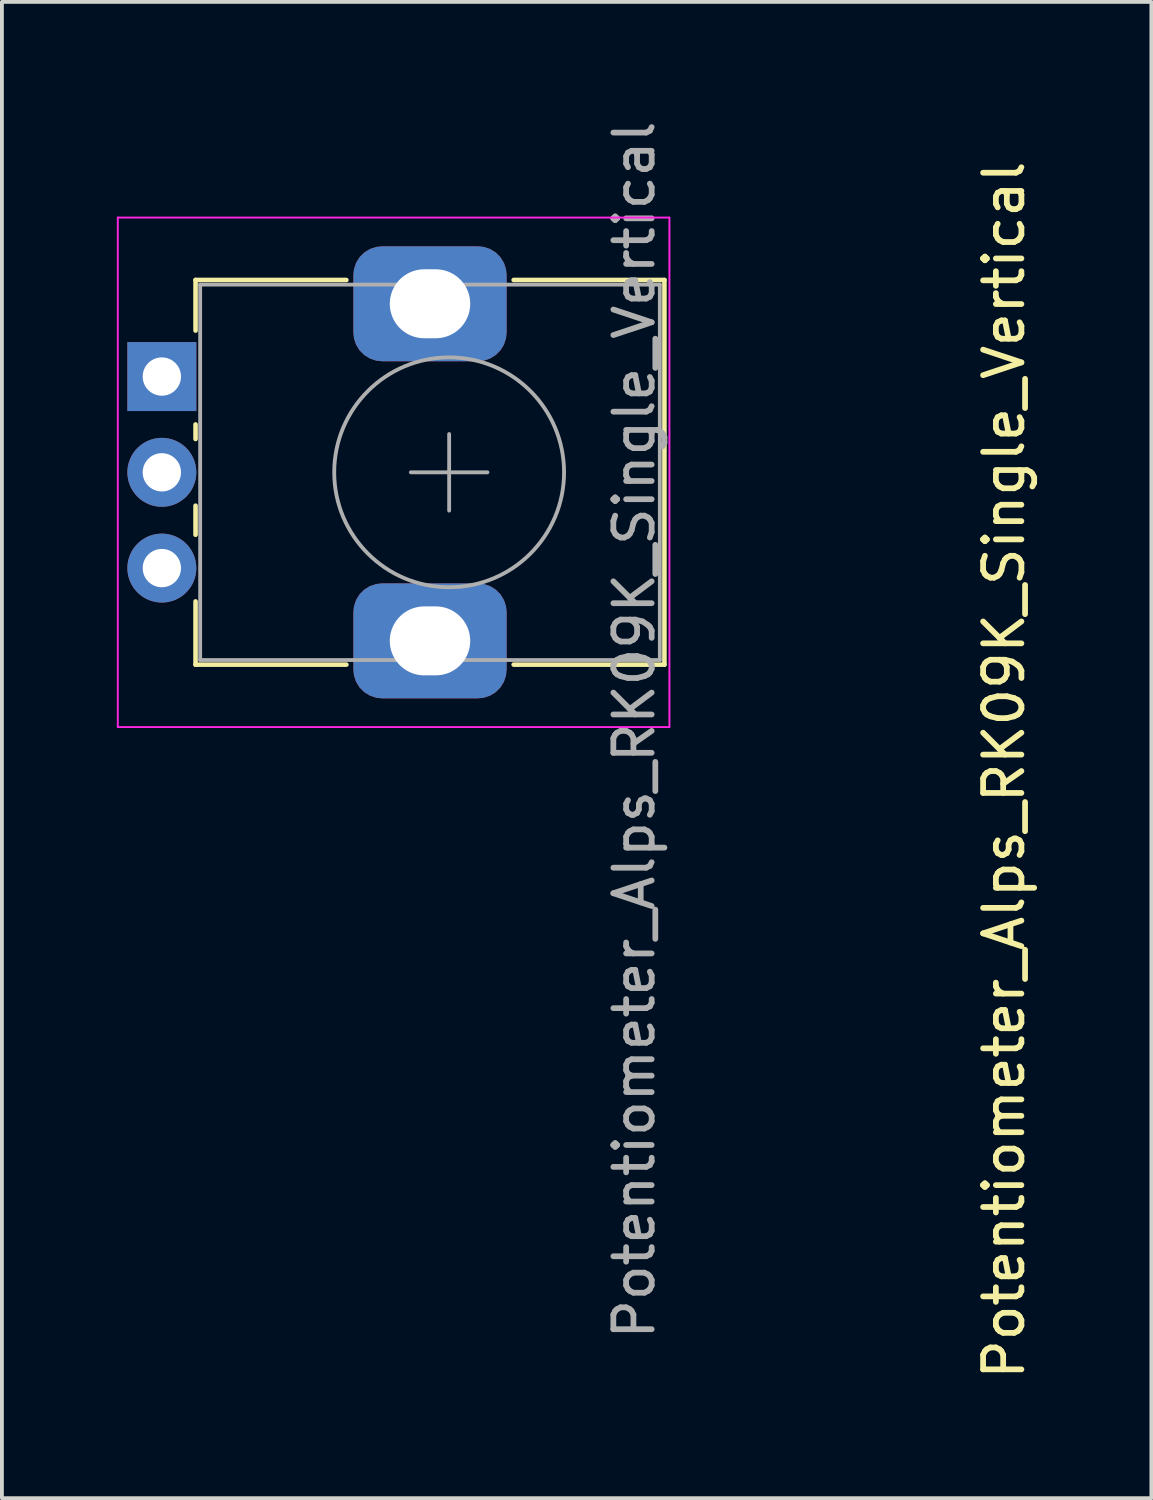
<source format=kicad_pcb>
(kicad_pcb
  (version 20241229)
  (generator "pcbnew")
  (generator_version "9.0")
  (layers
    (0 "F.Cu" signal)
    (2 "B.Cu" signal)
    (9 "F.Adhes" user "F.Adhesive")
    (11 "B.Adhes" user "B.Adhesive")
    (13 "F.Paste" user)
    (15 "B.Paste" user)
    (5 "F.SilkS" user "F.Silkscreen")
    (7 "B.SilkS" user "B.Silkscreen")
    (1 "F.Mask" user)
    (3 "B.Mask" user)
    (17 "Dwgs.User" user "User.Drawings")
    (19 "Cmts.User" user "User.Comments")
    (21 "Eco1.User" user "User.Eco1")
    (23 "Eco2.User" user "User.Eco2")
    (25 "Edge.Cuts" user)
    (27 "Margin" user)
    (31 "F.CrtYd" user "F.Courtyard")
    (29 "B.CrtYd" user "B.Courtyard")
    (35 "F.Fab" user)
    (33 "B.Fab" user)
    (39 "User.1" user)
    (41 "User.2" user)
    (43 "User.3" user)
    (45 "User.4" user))
  (footprint "Potentiometer_Alps_RK09K_Single_Vertical"
    (layer "F.Cu")
    (at 1.175 6.78)
    (property "Reference" "Potentiometer_Alps_RK09K_Single_Vertical" (at 21.984 10.274 270) (layer "F.SilkS") (effects (font (size 1 1) (thickness 0.15))))
    (attr through_hole)
    (fp_line (start 0.88 -2.521) (end 0.88 -1.2) (stroke (width 0.12) (type solid)) (layer "F.SilkS"))
    (fp_line (start 0.88 -2.521) (end 4.817 -2.521) (stroke (width 0.12) (type solid)) (layer "F.SilkS"))
    (fp_line (start 0.88 1.25) (end 0.88 1.63) (stroke (width 0.12) (type solid)) (layer "F.SilkS"))
    (fp_line (start 0.88 3.371) (end 0.88 4.13) (stroke (width 0.12) (type solid)) (layer "F.SilkS"))
    (fp_line (start 0.88 5.87) (end 0.88 7.52) (stroke (width 0.12) (type solid)) (layer "F.SilkS"))
    (fp_line (start 0.88 7.52) (end 4.817 7.52) (stroke (width 0.12) (type solid)) (layer "F.SilkS"))
    (fp_line (start 9.184 -2.521) (end 13.12 -2.521) (stroke (width 0.12) (type solid)) (layer "F.SilkS"))
    (fp_line (start 9.184 7.52) (end 13.12 7.52) (stroke (width 0.12) (type solid)) (layer "F.SilkS"))
    (fp_line (start 13.12 -2.521) (end 13.12 7.52) (stroke (width 0.12) (type solid)) (layer "F.SilkS"))
    (fp_line (start -1.15 -4.15) (end -1.15 9.15) (stroke (width 0.05) (type solid)) (layer "F.CrtYd"))
    (fp_line (start -1.15 9.15) (end 13.25 9.15) (stroke (width 0.05) (type solid)) (layer "F.CrtYd"))
    (fp_line (start 13.25 -4.15) (end -1.15 -4.15) (stroke (width 0.05) (type solid)) (layer "F.CrtYd"))
    (fp_line (start 13.25 9.15) (end 13.25 -4.15) (stroke (width 0.05) (type solid)) (layer "F.CrtYd"))
    (fp_line (start 1 -2.4) (end 1 7.4) (stroke (width 0.1) (type solid)) (layer "F.Fab"))
    (fp_line (start 1 7.4) (end 13 7.4) (stroke (width 0.1) (type solid)) (layer "F.Fab"))
    (fp_line (start 7.5 2.5) (end 6.5 2.5) (stroke (width 0.1) (type default)) (layer "F.Fab"))
    (fp_line (start 7.5 2.5) (end 7.5 1.5) (stroke (width 0.1) (type default)) (layer "F.Fab"))
    (fp_line (start 7.5 2.5) (end 7.5 3.5) (stroke (width 0.1) (type default)) (layer "F.Fab"))
    (fp_line (start 7.5 2.5) (end 8.5 2.5) (stroke (width 0.1) (type default)) (layer "F.Fab"))
    (fp_line (start 13 -2.4) (end 1 -2.4) (stroke (width 0.1) (type solid)) (layer "F.Fab"))
    (fp_line (start 13 7.4) (end 13 -2.4) (stroke (width 0.1) (type solid)) (layer "F.Fab"))
    (fp_circle (center 7.5 2.5) (end 10.5 2.5) (stroke (width 0.1) (type solid)) (fill no) (layer "F.Fab"))
    (fp_text user "${REFERENCE}" (at 12.332 9.226 90) (layer "F.Fab") (effects (font (size 1 1) (thickness 0.15))))
    (pad "1" thru_hole rect (at 0 0) (size 1.8 1.8) (drill 1) (layers "*.Cu" "*.Mask"))
    (pad "2" thru_hole circle (at 0 2.5) (size 1.8 1.8) (drill 1) (layers "*.Cu" "*.Mask"))
    (pad "3" thru_hole circle (at 0 5) (size 1.8 1.8) (drill 1) (layers "*.Cu" "*.Mask"))
    (pad "MP" thru_hole roundrect (at 7 -1.9) (size 4 3) (drill oval 2.1 1.8) (layers "*.Cu" "*.Mask") (roundrect_rratio 0.25))
    (pad "MP" thru_hole roundrect (at 7 6.9) (size 4 3) (drill oval 2.1 1.8) (layers "*.Cu" "*.Mask") (roundrect_rratio 0.25)))
  (gr_rect
    (start -3 -3)
    (end 27.007 36.06)
    (stroke (width 0.1) (type default))
    (fill no)
    (layer "Edge.Cuts")))
</source>
